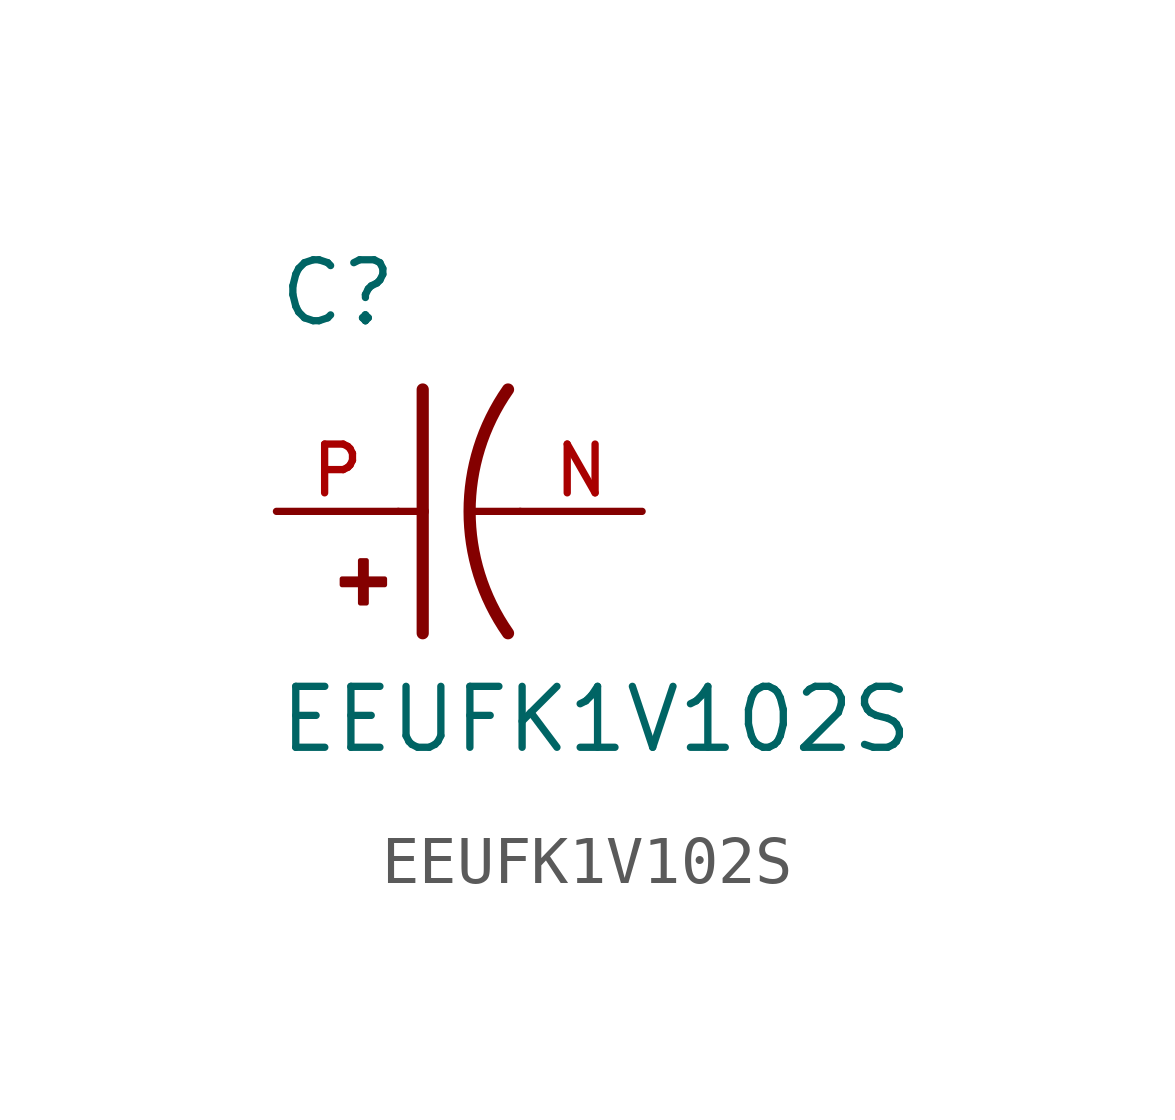
<source format=kicad_sym>
(kicad_symbol_lib
  (version 20211014)
  (generator kicad_symbol_editor)
  (symbol "EEUFK1V102S"
    (pin_names
      (offset 1.016))
    (property "Reference" "C"
      (at -2.54 3.81 0)
      (effects (font (size 1.27 1.27)) (justify bottom left)))
    (property "Value" "EEUFK1V102S"
      (at -2.54 -5.08 0)
      (effects (font (size 1.27 1.27)) (justify bottom left)))
    (symbol "EEUFK1V102S_0_0"
      (arc (start 2.286 -2.54) (mid 1.4851 -0.0) (end 2.286 2.54) (stroke (width 0.254) (type default) (color 0 0 0 0)) (fill (type none)))
      (polyline (pts (xy 0.508 2.54) (xy 0.508 0.0)) (stroke (width 0.254)))
      (rectangle (start -1.173 -1.532) (end -0.284 -1.405) (stroke (width 0.1)) (fill (type outline)))
      (rectangle (start -0.792 -1.913) (end -0.665 -1.024) (stroke (width 0.1)) (fill (type outline)))
      (polyline (pts (xy 0.508 0.0) (xy 0.508 -2.54)) (stroke (width 0.254)))
      (polyline (pts (xy 0.0 0.0) (xy 0.508 0.0)) (stroke (width 0.152)))
      (polyline (pts (xy 2.54 0.0) (xy 1.524 0.0)) (stroke (width 0.152)))
      (pin passive line (at -2.54 0.0 0) (length 2.54) (name "~" (effects (font (size 1.016 1.016)))) (number "P" (effects (font (size 1.016 1.016)))))
      (pin passive line (at 5.08 0.0 180.0) (length 2.54) (name "~" (effects (font (size 1.016 1.016)))) (number "N" (effects (font (size 1.016 1.016))))))))
</source>
